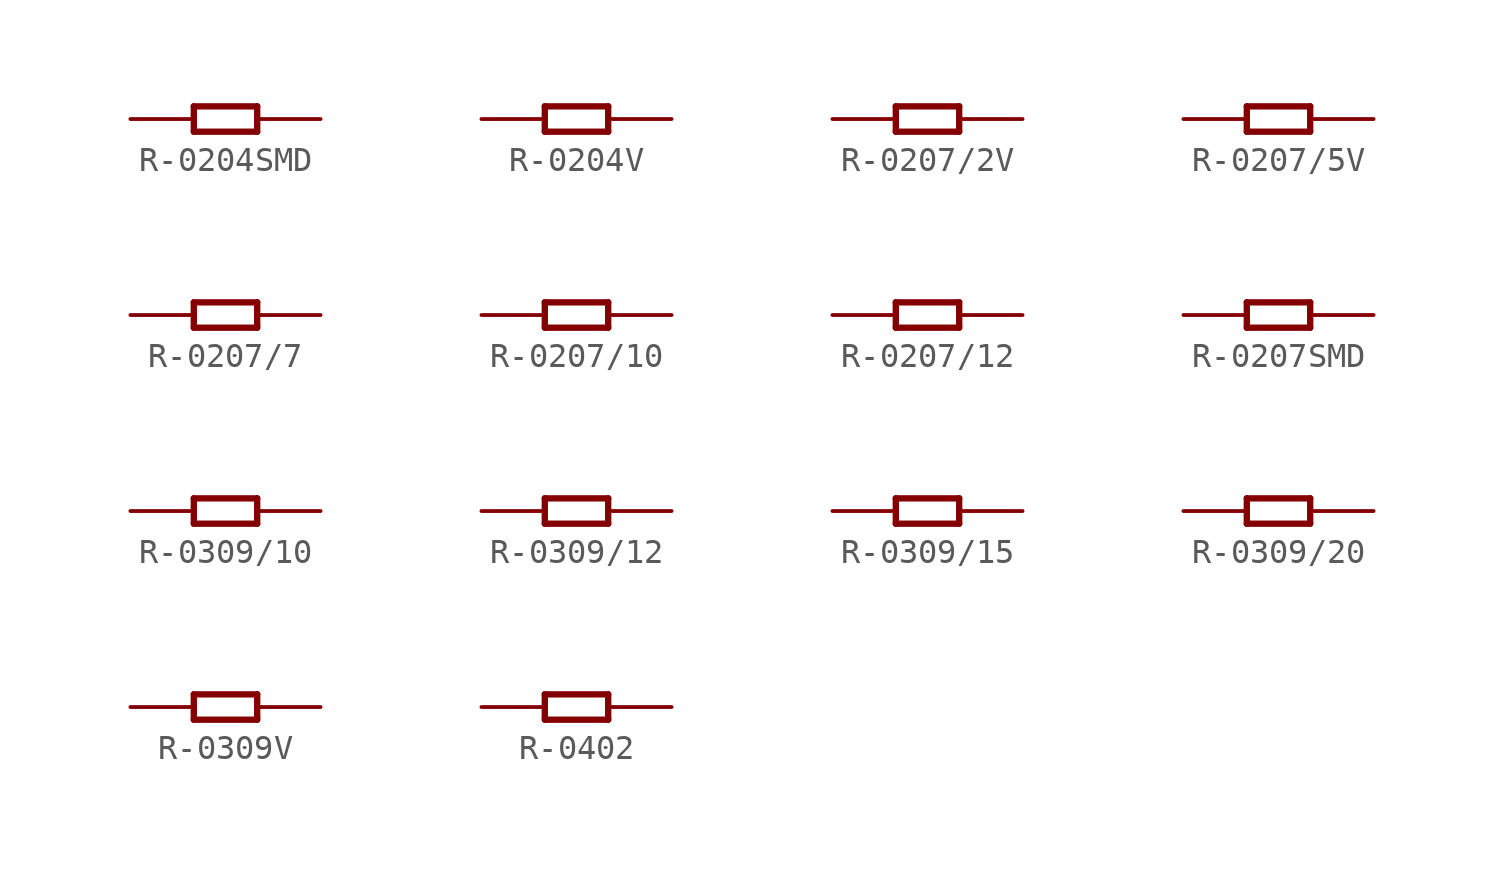
<source format=kicad_sym>
(kicad_symbol_lib
  (version 20241209)
  (generator "kicad_symbol_editor")
  (generator_version "9.0")
  (symbol "R-0204SMD"
    (property "Reference" "R"
      (at -3.81 0 0)
      (effects (font (size 1.27 1.079)) (justify left bottom) (hide yes)))
    (property "ki_locked" ""
      (at 0 0 0)
      (effects (font (size 1.27 1.27))))
    (symbol "R-0204SMD_1_0"
      (polyline (pts (xy -1.27 0.508) (xy 1.27 0.508)) (stroke (width 0.254) (type solid)) (fill (type none)))
      (polyline (pts (xy -1.27 -0.508) (xy -1.27 0.508)) (stroke (width 0.254) (type solid)) (fill (type none)))
      (polyline (pts (xy 1.27 0.508) (xy 1.27 -0.508)) (stroke (width 0.254) (type solid)) (fill (type none)))
      (polyline (pts (xy 1.27 -0.508) (xy -1.27 -0.508)) (stroke (width 0.254) (type solid)) (fill (type none)))
      (pin passive line (at -3.81 0 0) (length 2.54) (name "1" (effects (font (size 0 0)))) (number "1" (effects (font (size 0 0)))))
      (pin passive line (at 3.81 0 180) (length 2.54) (name "2" (effects (font (size 0 0)))) (number "2" (effects (font (size 0 0)))))))
  (symbol "R-0204V"
    (property "Reference" "R"
      (at -3.81 0 0)
      (effects (font (size 1.27 1.079)) (justify left bottom) (hide yes)))
    (property "ki_locked" ""
      (at 0 0 0)
      (effects (font (size 1.27 1.27))))
    (symbol "R-0204V_1_0"
      (polyline (pts (xy -1.27 0.508) (xy 1.27 0.508)) (stroke (width 0.254) (type solid)) (fill (type none)))
      (polyline (pts (xy -1.27 -0.508) (xy -1.27 0.508)) (stroke (width 0.254) (type solid)) (fill (type none)))
      (polyline (pts (xy 1.27 0.508) (xy 1.27 -0.508)) (stroke (width 0.254) (type solid)) (fill (type none)))
      (polyline (pts (xy 1.27 -0.508) (xy -1.27 -0.508)) (stroke (width 0.254) (type solid)) (fill (type none)))
      (pin passive line (at -3.81 0 0) (length 2.54) (name "1" (effects (font (size 0 0)))) (number "1" (effects (font (size 0 0)))))
      (pin passive line (at 3.81 0 180) (length 2.54) (name "2" (effects (font (size 0 0)))) (number "2" (effects (font (size 0 0)))))))
  (symbol "R-0207/2V"
    (property "Reference" "R"
      (at -3.81 0 0)
      (effects (font (size 1.27 1.079)) (justify left bottom) (hide yes)))
    (property "ki_locked" ""
      (at 0 0 0)
      (effects (font (size 1.27 1.27))))
    (symbol "R-0207/2V_1_0"
      (polyline (pts (xy -1.27 0.508) (xy 1.27 0.508)) (stroke (width 0.254) (type solid)) (fill (type none)))
      (polyline (pts (xy -1.27 -0.508) (xy -1.27 0.508)) (stroke (width 0.254) (type solid)) (fill (type none)))
      (polyline (pts (xy 1.27 0.508) (xy 1.27 -0.508)) (stroke (width 0.254) (type solid)) (fill (type none)))
      (polyline (pts (xy 1.27 -0.508) (xy -1.27 -0.508)) (stroke (width 0.254) (type solid)) (fill (type none)))
      (pin passive line (at -3.81 0 0) (length 2.54) (name "1" (effects (font (size 0 0)))) (number "1" (effects (font (size 0 0)))))
      (pin passive line (at 3.81 0 180) (length 2.54) (name "2" (effects (font (size 0 0)))) (number "2" (effects (font (size 0 0)))))))
  (symbol "R-0207/5V"
    (property "Reference" "R"
      (at -3.81 0 0)
      (effects (font (size 1.27 1.079)) (justify left bottom) (hide yes)))
    (property "ki_locked" ""
      (at 0 0 0)
      (effects (font (size 1.27 1.27))))
    (symbol "R-0207/5V_1_0"
      (polyline (pts (xy -1.27 0.508) (xy 1.27 0.508)) (stroke (width 0.254) (type solid)) (fill (type none)))
      (polyline (pts (xy -1.27 -0.508) (xy -1.27 0.508)) (stroke (width 0.254) (type solid)) (fill (type none)))
      (polyline (pts (xy 1.27 0.508) (xy 1.27 -0.508)) (stroke (width 0.254) (type solid)) (fill (type none)))
      (polyline (pts (xy 1.27 -0.508) (xy -1.27 -0.508)) (stroke (width 0.254) (type solid)) (fill (type none)))
      (pin passive line (at -3.81 0 0) (length 2.54) (name "1" (effects (font (size 0 0)))) (number "1" (effects (font (size 0 0)))))
      (pin passive line (at 3.81 0 180) (length 2.54) (name "2" (effects (font (size 0 0)))) (number "2" (effects (font (size 0 0)))))))
  (symbol "R-0207/7"
    (property "Reference" "R"
      (at -3.81 0 0)
      (effects (font (size 1.27 1.079)) (justify left bottom) (hide yes)))
    (property "ki_locked" ""
      (at 0 0 0)
      (effects (font (size 1.27 1.27))))
    (symbol "R-0207/7_1_0"
      (polyline (pts (xy -1.27 0.508) (xy 1.27 0.508)) (stroke (width 0.254) (type solid)) (fill (type none)))
      (polyline (pts (xy -1.27 -0.508) (xy -1.27 0.508)) (stroke (width 0.254) (type solid)) (fill (type none)))
      (polyline (pts (xy 1.27 0.508) (xy 1.27 -0.508)) (stroke (width 0.254) (type solid)) (fill (type none)))
      (polyline (pts (xy 1.27 -0.508) (xy -1.27 -0.508)) (stroke (width 0.254) (type solid)) (fill (type none)))
      (pin passive line (at -3.81 0 0) (length 2.54) (name "1" (effects (font (size 0 0)))) (number "1" (effects (font (size 0 0)))))
      (pin passive line (at 3.81 0 180) (length 2.54) (name "2" (effects (font (size 0 0)))) (number "2" (effects (font (size 0 0)))))))
  (symbol "R-0207/10"
    (property "Reference" "R"
      (at -3.81 0 0)
      (effects (font (size 1.27 1.079)) (justify left bottom) (hide yes)))
    (property "ki_locked" ""
      (at 0 0 0)
      (effects (font (size 1.27 1.27))))
    (symbol "R-0207/10_1_0"
      (polyline (pts (xy -1.27 0.508) (xy 1.27 0.508)) (stroke (width 0.254) (type solid)) (fill (type none)))
      (polyline (pts (xy -1.27 -0.508) (xy -1.27 0.508)) (stroke (width 0.254) (type solid)) (fill (type none)))
      (polyline (pts (xy 1.27 0.508) (xy 1.27 -0.508)) (stroke (width 0.254) (type solid)) (fill (type none)))
      (polyline (pts (xy 1.27 -0.508) (xy -1.27 -0.508)) (stroke (width 0.254) (type solid)) (fill (type none)))
      (pin passive line (at -3.81 0 0) (length 2.54) (name "1" (effects (font (size 0 0)))) (number "1" (effects (font (size 0 0)))))
      (pin passive line (at 3.81 0 180) (length 2.54) (name "2" (effects (font (size 0 0)))) (number "2" (effects (font (size 0 0)))))))
  (symbol "R-0207/12"
    (property "Reference" "R"
      (at -3.81 0 0)
      (effects (font (size 1.27 1.079)) (justify left bottom) (hide yes)))
    (property "ki_locked" ""
      (at 0 0 0)
      (effects (font (size 1.27 1.27))))
    (symbol "R-0207/12_1_0"
      (polyline (pts (xy -1.27 0.508) (xy 1.27 0.508)) (stroke (width 0.254) (type solid)) (fill (type none)))
      (polyline (pts (xy -1.27 -0.508) (xy -1.27 0.508)) (stroke (width 0.254) (type solid)) (fill (type none)))
      (polyline (pts (xy 1.27 0.508) (xy 1.27 -0.508)) (stroke (width 0.254) (type solid)) (fill (type none)))
      (polyline (pts (xy 1.27 -0.508) (xy -1.27 -0.508)) (stroke (width 0.254) (type solid)) (fill (type none)))
      (pin passive line (at -3.81 0 0) (length 2.54) (name "1" (effects (font (size 0 0)))) (number "1" (effects (font (size 0 0)))))
      (pin passive line (at 3.81 0 180) (length 2.54) (name "2" (effects (font (size 0 0)))) (number "2" (effects (font (size 0 0)))))))
  (symbol "R-0207SMD"
    (property "Reference" "R"
      (at -3.81 0 0)
      (effects (font (size 1.27 1.079)) (justify left bottom) (hide yes)))
    (property "ki_locked" ""
      (at 0 0 0)
      (effects (font (size 1.27 1.27))))
    (symbol "R-0207SMD_1_0"
      (polyline (pts (xy -1.27 0.508) (xy 1.27 0.508)) (stroke (width 0.254) (type solid)) (fill (type none)))
      (polyline (pts (xy -1.27 -0.508) (xy -1.27 0.508)) (stroke (width 0.254) (type solid)) (fill (type none)))
      (polyline (pts (xy 1.27 0.508) (xy 1.27 -0.508)) (stroke (width 0.254) (type solid)) (fill (type none)))
      (polyline (pts (xy 1.27 -0.508) (xy -1.27 -0.508)) (stroke (width 0.254) (type solid)) (fill (type none)))
      (pin passive line (at -3.81 0 0) (length 2.54) (name "1" (effects (font (size 0 0)))) (number "1" (effects (font (size 0 0)))))
      (pin passive line (at 3.81 0 180) (length 2.54) (name "2" (effects (font (size 0 0)))) (number "2" (effects (font (size 0 0)))))))
  (symbol "R-0309/10"
    (property "Reference" "R"
      (at -3.81 0 0)
      (effects (font (size 1.27 1.079)) (justify left bottom) (hide yes)))
    (property "ki_locked" ""
      (at 0 0 0)
      (effects (font (size 1.27 1.27))))
    (symbol "R-0309/10_1_0"
      (polyline (pts (xy -1.27 0.508) (xy 1.27 0.508)) (stroke (width 0.254) (type solid)) (fill (type none)))
      (polyline (pts (xy -1.27 -0.508) (xy -1.27 0.508)) (stroke (width 0.254) (type solid)) (fill (type none)))
      (polyline (pts (xy 1.27 0.508) (xy 1.27 -0.508)) (stroke (width 0.254) (type solid)) (fill (type none)))
      (polyline (pts (xy 1.27 -0.508) (xy -1.27 -0.508)) (stroke (width 0.254) (type solid)) (fill (type none)))
      (pin passive line (at -3.81 0 0) (length 2.54) (name "1" (effects (font (size 0 0)))) (number "1" (effects (font (size 0 0)))))
      (pin passive line (at 3.81 0 180) (length 2.54) (name "2" (effects (font (size 0 0)))) (number "2" (effects (font (size 0 0)))))))
  (symbol "R-0309/12"
    (property "Reference" "R"
      (at -3.81 0 0)
      (effects (font (size 1.27 1.079)) (justify left bottom) (hide yes)))
    (property "ki_locked" ""
      (at 0 0 0)
      (effects (font (size 1.27 1.27))))
    (symbol "R-0309/12_1_0"
      (polyline (pts (xy -1.27 0.508) (xy 1.27 0.508)) (stroke (width 0.254) (type solid)) (fill (type none)))
      (polyline (pts (xy -1.27 -0.508) (xy -1.27 0.508)) (stroke (width 0.254) (type solid)) (fill (type none)))
      (polyline (pts (xy 1.27 0.508) (xy 1.27 -0.508)) (stroke (width 0.254) (type solid)) (fill (type none)))
      (polyline (pts (xy 1.27 -0.508) (xy -1.27 -0.508)) (stroke (width 0.254) (type solid)) (fill (type none)))
      (pin passive line (at -3.81 0 0) (length 2.54) (name "1" (effects (font (size 0 0)))) (number "1" (effects (font (size 0 0)))))
      (pin passive line (at 3.81 0 180) (length 2.54) (name "2" (effects (font (size 0 0)))) (number "2" (effects (font (size 0 0)))))))
  (symbol "R-0309/15"
    (property "Reference" "R"
      (at -3.81 0 0)
      (effects (font (size 1.27 1.079)) (justify left bottom) (hide yes)))
    (property "ki_locked" ""
      (at 0 0 0)
      (effects (font (size 1.27 1.27))))
    (symbol "R-0309/15_1_0"
      (polyline (pts (xy -1.27 0.508) (xy 1.27 0.508)) (stroke (width 0.254) (type solid)) (fill (type none)))
      (polyline (pts (xy -1.27 -0.508) (xy -1.27 0.508)) (stroke (width 0.254) (type solid)) (fill (type none)))
      (polyline (pts (xy 1.27 0.508) (xy 1.27 -0.508)) (stroke (width 0.254) (type solid)) (fill (type none)))
      (polyline (pts (xy 1.27 -0.508) (xy -1.27 -0.508)) (stroke (width 0.254) (type solid)) (fill (type none)))
      (pin passive line (at -3.81 0 0) (length 2.54) (name "1" (effects (font (size 0 0)))) (number "1" (effects (font (size 0 0)))))
      (pin passive line (at 3.81 0 180) (length 2.54) (name "2" (effects (font (size 0 0)))) (number "2" (effects (font (size 0 0)))))))
  (symbol "R-0309/20"
    (property "Reference" "R"
      (at -3.81 0 0)
      (effects (font (size 1.27 1.079)) (justify left bottom) (hide yes)))
    (property "ki_locked" ""
      (at 0 0 0)
      (effects (font (size 1.27 1.27))))
    (symbol "R-0309/20_1_0"
      (polyline (pts (xy -1.27 0.508) (xy 1.27 0.508)) (stroke (width 0.254) (type solid)) (fill (type none)))
      (polyline (pts (xy -1.27 -0.508) (xy -1.27 0.508)) (stroke (width 0.254) (type solid)) (fill (type none)))
      (polyline (pts (xy 1.27 0.508) (xy 1.27 -0.508)) (stroke (width 0.254) (type solid)) (fill (type none)))
      (polyline (pts (xy 1.27 -0.508) (xy -1.27 -0.508)) (stroke (width 0.254) (type solid)) (fill (type none)))
      (pin passive line (at -3.81 0 0) (length 2.54) (name "1" (effects (font (size 0 0)))) (number "1" (effects (font (size 0 0)))))
      (pin passive line (at 3.81 0 180) (length 2.54) (name "2" (effects (font (size 0 0)))) (number "2" (effects (font (size 0 0)))))))
  (symbol "R-0309V"
    (property "Reference" "R"
      (at -3.81 0 0)
      (effects (font (size 1.27 1.079)) (justify left bottom) (hide yes)))
    (property "ki_locked" ""
      (at 0 0 0)
      (effects (font (size 1.27 1.27))))
    (symbol "R-0309V_1_0"
      (polyline (pts (xy -1.27 0.508) (xy 1.27 0.508)) (stroke (width 0.254) (type solid)) (fill (type none)))
      (polyline (pts (xy -1.27 -0.508) (xy -1.27 0.508)) (stroke (width 0.254) (type solid)) (fill (type none)))
      (polyline (pts (xy 1.27 0.508) (xy 1.27 -0.508)) (stroke (width 0.254) (type solid)) (fill (type none)))
      (polyline (pts (xy 1.27 -0.508) (xy -1.27 -0.508)) (stroke (width 0.254) (type solid)) (fill (type none)))
      (pin passive line (at -3.81 0 0) (length 2.54) (name "1" (effects (font (size 0 0)))) (number "1" (effects (font (size 0 0)))))
      (pin passive line (at 3.81 0 180) (length 2.54) (name "2" (effects (font (size 0 0)))) (number "2" (effects (font (size 0 0)))))))
  (symbol "R-0402"
    (property "Reference" "R"
      (at -3.81 0 0)
      (effects (font (size 1.27 1.079)) (justify left bottom) (hide yes)))
    (property "ki_locked" ""
      (at 0 0 0)
      (effects (font (size 1.27 1.27))))
    (symbol "R-0402_1_0"
      (polyline (pts (xy -1.27 0.508) (xy 1.27 0.508)) (stroke (width 0.254) (type solid)) (fill (type none)))
      (polyline (pts (xy -1.27 -0.508) (xy -1.27 0.508)) (stroke (width 0.254) (type solid)) (fill (type none)))
      (polyline (pts (xy 1.27 0.508) (xy 1.27 -0.508)) (stroke (width 0.254) (type solid)) (fill (type none)))
      (polyline (pts (xy 1.27 -0.508) (xy -1.27 -0.508)) (stroke (width 0.254) (type solid)) (fill (type none)))
      (pin passive line (at -3.81 0 0) (length 2.54) (name "1" (effects (font (size 0 0)))) (number "1" (effects (font (size 0 0)))))
      (pin passive line (at 3.81 0 180) (length 2.54) (name "2" (effects (font (size 0 0)))) (number "2" (effects (font (size 0 0))))))))
</source>
